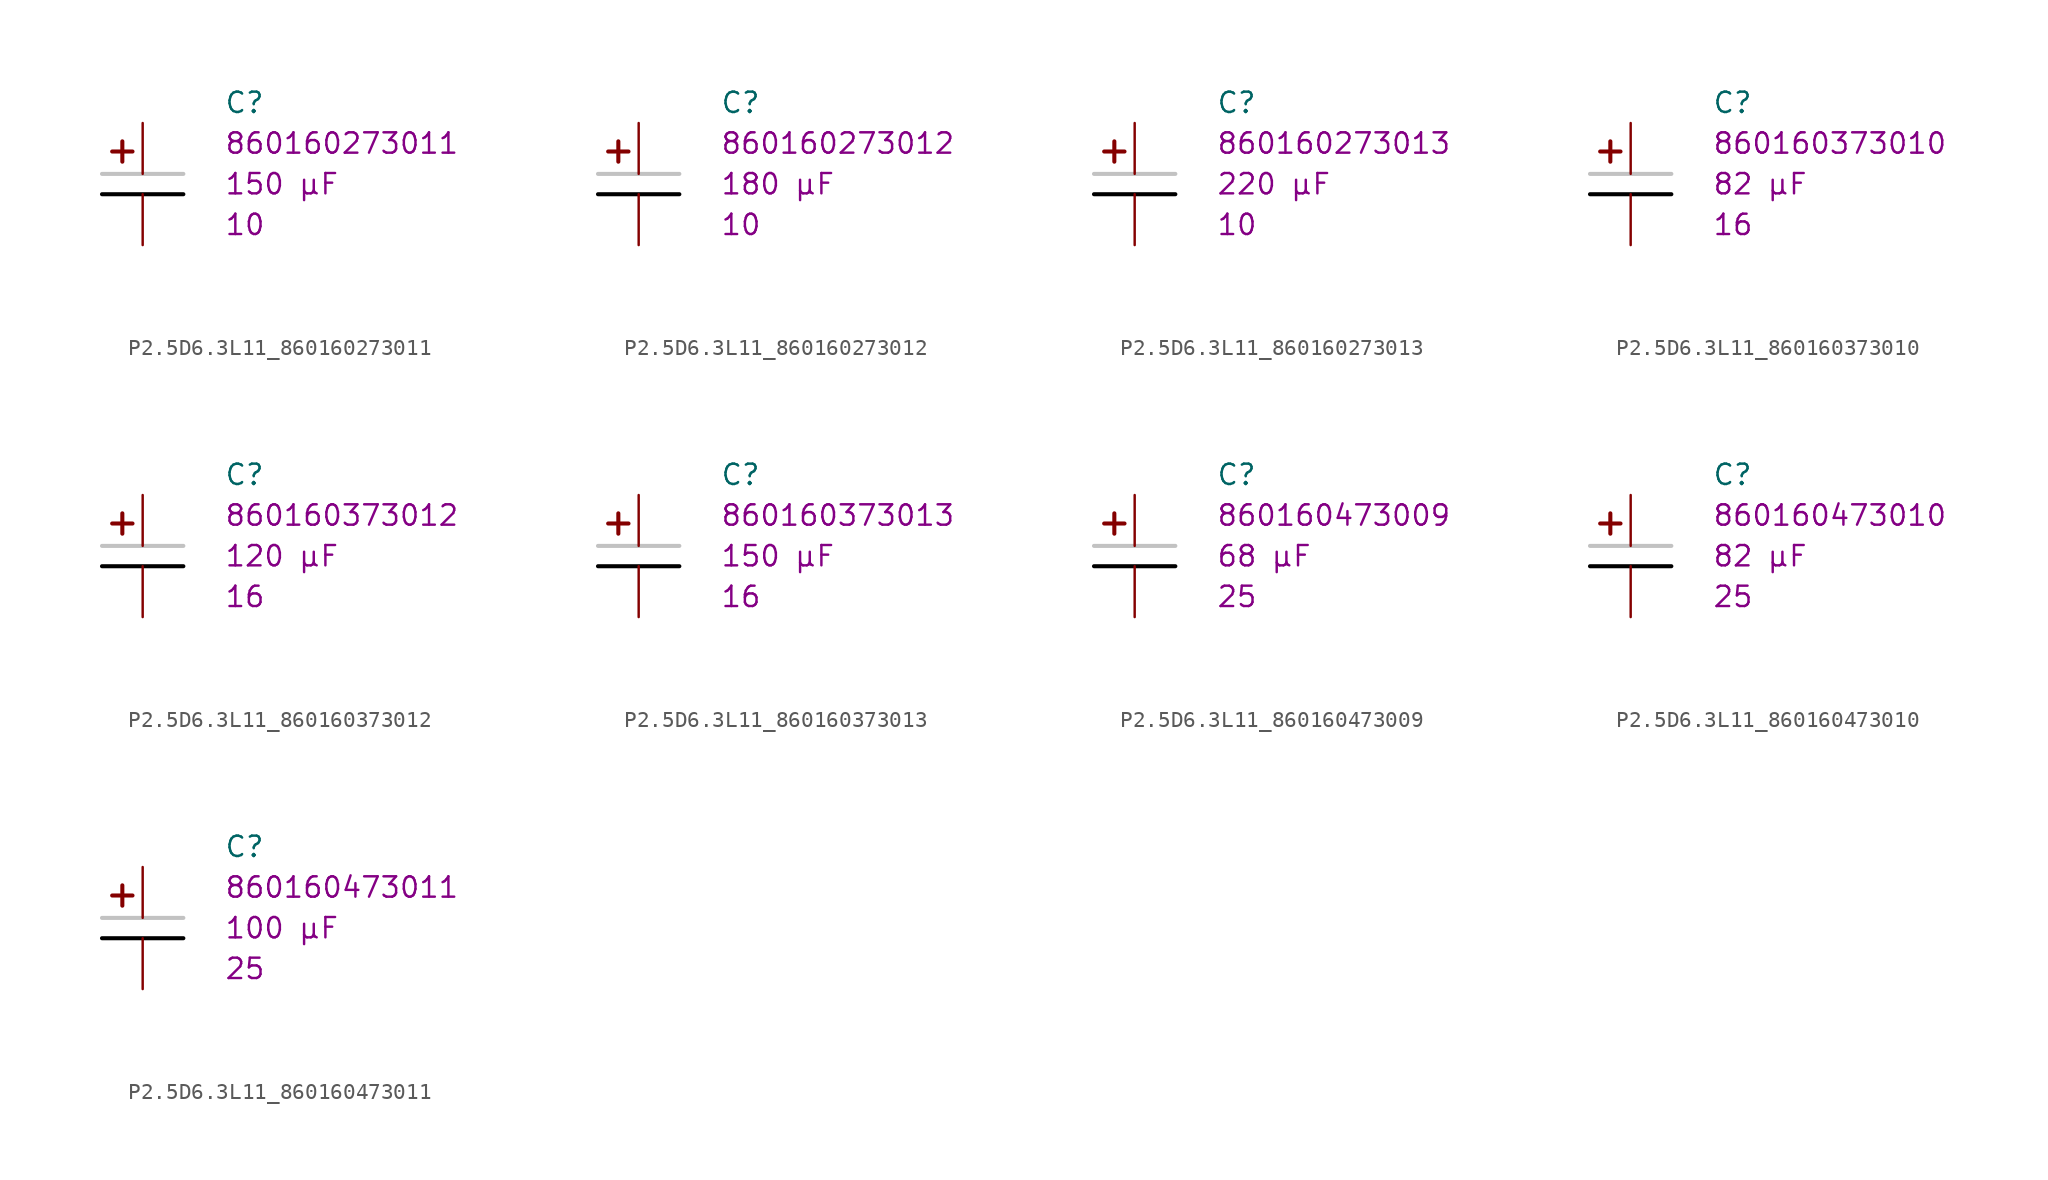
<source format=kicad_sym>
(kicad_symbol_lib
  (version 20220914)
  (generator kicad_symbol_editor)
  (symbol "P2.5D6.3L11_860160273011"
    (pin_numbers hide)
    (pin_names hide)
    (property "Reference" "C"
      (at 5.08 5.08 0)
      (effects (font (size 1.27 1.27)) (justify left)))
    (property "Part Number" "860160273011"
      (at 5.08 2.54 0)
      (effects (font (size 1.27 1.27)) (justify left)))
    (property "Capacitance" "150 µF"
      (at 5.08 0 0)
      (effects (font (size 1.27 1.27)) (justify left)))
    (property "Voltage" "10"
      (at 5.08 -2.54 0)
      (effects (font (size 1.27 1.27)) (justify left)))
    (property "Critical Parameter" ""
      (at 0 -7.62 0)
      (effects (font (size 1.27 1.27))))
    (symbol "P2.5D6.3L11_860160273011_1_1"
      (polyline (pts (xy -1.27 2.667) (xy -1.27 1.397)) (stroke (width 0.254) (type default)) (fill (type none)))
      (polyline (pts (xy -0.635 2.032) (xy -1.905 2.032)) (stroke (width 0.254) (type default)) (fill (type none)))
      (polyline (pts (xy 2.54 -0.635) (xy -2.54 -0.635)) (stroke (width 0.254) (type default) (color 0 0 0 1)) (fill (type none)))
      (polyline (pts (xy 2.54 0.635) (xy -2.54 0.635)) (stroke (width 0.254) (type default) (color 194 194 194 1)) (fill (type none)))
      (pin passive line (at 0 3.81 270) (length 3.175) (name "1" (effects (font (size 1.27 1.27)))) (number "1" (effects (font (size 1.27 1.27)))))
      (pin passive line (at 0 -3.81 90) (length 3.175) (name "2" (effects (font (size 1.27 1.27)))) (number "2" (effects (font (size 1.27 1.27)))))))
  (symbol "P2.5D6.3L11_860160273012"
    (pin_numbers hide)
    (pin_names hide)
    (property "Reference" "C"
      (at 5.08 5.08 0)
      (effects (font (size 1.27 1.27)) (justify left)))
    (property "Part Number" "860160273012"
      (at 5.08 2.54 0)
      (effects (font (size 1.27 1.27)) (justify left)))
    (property "Capacitance" "180 µF"
      (at 5.08 0 0)
      (effects (font (size 1.27 1.27)) (justify left)))
    (property "Voltage" "10"
      (at 5.08 -2.54 0)
      (effects (font (size 1.27 1.27)) (justify left)))
    (property "Critical Parameter" ""
      (at 0 -7.62 0)
      (effects (font (size 1.27 1.27))))
    (symbol "P2.5D6.3L11_860160273012_1_1"
      (polyline (pts (xy -1.27 2.667) (xy -1.27 1.397)) (stroke (width 0.254) (type default)) (fill (type none)))
      (polyline (pts (xy -0.635 2.032) (xy -1.905 2.032)) (stroke (width 0.254) (type default)) (fill (type none)))
      (polyline (pts (xy 2.54 -0.635) (xy -2.54 -0.635)) (stroke (width 0.254) (type default) (color 0 0 0 1)) (fill (type none)))
      (polyline (pts (xy 2.54 0.635) (xy -2.54 0.635)) (stroke (width 0.254) (type default) (color 194 194 194 1)) (fill (type none)))
      (pin passive line (at 0 3.81 270) (length 3.175) (name "1" (effects (font (size 1.27 1.27)))) (number "1" (effects (font (size 1.27 1.27)))))
      (pin passive line (at 0 -3.81 90) (length 3.175) (name "2" (effects (font (size 1.27 1.27)))) (number "2" (effects (font (size 1.27 1.27)))))))
  (symbol "P2.5D6.3L11_860160273013"
    (pin_numbers hide)
    (pin_names hide)
    (property "Reference" "C"
      (at 5.08 5.08 0)
      (effects (font (size 1.27 1.27)) (justify left)))
    (property "Part Number" "860160273013"
      (at 5.08 2.54 0)
      (effects (font (size 1.27 1.27)) (justify left)))
    (property "Capacitance" "220 µF"
      (at 5.08 0 0)
      (effects (font (size 1.27 1.27)) (justify left)))
    (property "Voltage" "10"
      (at 5.08 -2.54 0)
      (effects (font (size 1.27 1.27)) (justify left)))
    (property "Critical Parameter" ""
      (at 0 -7.62 0)
      (effects (font (size 1.27 1.27))))
    (symbol "P2.5D6.3L11_860160273013_1_1"
      (polyline (pts (xy -1.27 2.667) (xy -1.27 1.397)) (stroke (width 0.254) (type default)) (fill (type none)))
      (polyline (pts (xy -0.635 2.032) (xy -1.905 2.032)) (stroke (width 0.254) (type default)) (fill (type none)))
      (polyline (pts (xy 2.54 -0.635) (xy -2.54 -0.635)) (stroke (width 0.254) (type default) (color 0 0 0 1)) (fill (type none)))
      (polyline (pts (xy 2.54 0.635) (xy -2.54 0.635)) (stroke (width 0.254) (type default) (color 194 194 194 1)) (fill (type none)))
      (pin passive line (at 0 3.81 270) (length 3.175) (name "1" (effects (font (size 1.27 1.27)))) (number "1" (effects (font (size 1.27 1.27)))))
      (pin passive line (at 0 -3.81 90) (length 3.175) (name "2" (effects (font (size 1.27 1.27)))) (number "2" (effects (font (size 1.27 1.27)))))))
  (symbol "P2.5D6.3L11_860160373010"
    (pin_numbers hide)
    (pin_names hide)
    (property "Reference" "C"
      (at 5.08 5.08 0)
      (effects (font (size 1.27 1.27)) (justify left)))
    (property "Part Number" "860160373010"
      (at 5.08 2.54 0)
      (effects (font (size 1.27 1.27)) (justify left)))
    (property "Capacitance" "82 µF"
      (at 5.08 0 0)
      (effects (font (size 1.27 1.27)) (justify left)))
    (property "Voltage" "16"
      (at 5.08 -2.54 0)
      (effects (font (size 1.27 1.27)) (justify left)))
    (property "Critical Parameter" ""
      (at 0 -7.62 0)
      (effects (font (size 1.27 1.27))))
    (symbol "P2.5D6.3L11_860160373010_1_1"
      (polyline (pts (xy -1.27 2.667) (xy -1.27 1.397)) (stroke (width 0.254) (type default)) (fill (type none)))
      (polyline (pts (xy -0.635 2.032) (xy -1.905 2.032)) (stroke (width 0.254) (type default)) (fill (type none)))
      (polyline (pts (xy 2.54 -0.635) (xy -2.54 -0.635)) (stroke (width 0.254) (type default) (color 0 0 0 1)) (fill (type none)))
      (polyline (pts (xy 2.54 0.635) (xy -2.54 0.635)) (stroke (width 0.254) (type default) (color 194 194 194 1)) (fill (type none)))
      (pin passive line (at 0 3.81 270) (length 3.175) (name "1" (effects (font (size 1.27 1.27)))) (number "1" (effects (font (size 1.27 1.27)))))
      (pin passive line (at 0 -3.81 90) (length 3.175) (name "2" (effects (font (size 1.27 1.27)))) (number "2" (effects (font (size 1.27 1.27)))))))
  (symbol "P2.5D6.3L11_860160373012"
    (pin_numbers hide)
    (pin_names hide)
    (property "Reference" "C"
      (at 5.08 5.08 0)
      (effects (font (size 1.27 1.27)) (justify left)))
    (property "Part Number" "860160373012"
      (at 5.08 2.54 0)
      (effects (font (size 1.27 1.27)) (justify left)))
    (property "Capacitance" "120 µF"
      (at 5.08 0 0)
      (effects (font (size 1.27 1.27)) (justify left)))
    (property "Voltage" "16"
      (at 5.08 -2.54 0)
      (effects (font (size 1.27 1.27)) (justify left)))
    (property "Critical Parameter" ""
      (at 0 -7.62 0)
      (effects (font (size 1.27 1.27))))
    (symbol "P2.5D6.3L11_860160373012_1_1"
      (polyline (pts (xy -1.27 2.667) (xy -1.27 1.397)) (stroke (width 0.254) (type default)) (fill (type none)))
      (polyline (pts (xy -0.635 2.032) (xy -1.905 2.032)) (stroke (width 0.254) (type default)) (fill (type none)))
      (polyline (pts (xy 2.54 -0.635) (xy -2.54 -0.635)) (stroke (width 0.254) (type default) (color 0 0 0 1)) (fill (type none)))
      (polyline (pts (xy 2.54 0.635) (xy -2.54 0.635)) (stroke (width 0.254) (type default) (color 194 194 194 1)) (fill (type none)))
      (pin passive line (at 0 3.81 270) (length 3.175) (name "1" (effects (font (size 1.27 1.27)))) (number "1" (effects (font (size 1.27 1.27)))))
      (pin passive line (at 0 -3.81 90) (length 3.175) (name "2" (effects (font (size 1.27 1.27)))) (number "2" (effects (font (size 1.27 1.27)))))))
  (symbol "P2.5D6.3L11_860160373013"
    (pin_numbers hide)
    (pin_names hide)
    (property "Reference" "C"
      (at 5.08 5.08 0)
      (effects (font (size 1.27 1.27)) (justify left)))
    (property "Part Number" "860160373013"
      (at 5.08 2.54 0)
      (effects (font (size 1.27 1.27)) (justify left)))
    (property "Capacitance" "150 µF"
      (at 5.08 0 0)
      (effects (font (size 1.27 1.27)) (justify left)))
    (property "Voltage" "16"
      (at 5.08 -2.54 0)
      (effects (font (size 1.27 1.27)) (justify left)))
    (property "Critical Parameter" ""
      (at 0 -7.62 0)
      (effects (font (size 1.27 1.27))))
    (symbol "P2.5D6.3L11_860160373013_1_1"
      (polyline (pts (xy -1.27 2.667) (xy -1.27 1.397)) (stroke (width 0.254) (type default)) (fill (type none)))
      (polyline (pts (xy -0.635 2.032) (xy -1.905 2.032)) (stroke (width 0.254) (type default)) (fill (type none)))
      (polyline (pts (xy 2.54 -0.635) (xy -2.54 -0.635)) (stroke (width 0.254) (type default) (color 0 0 0 1)) (fill (type none)))
      (polyline (pts (xy 2.54 0.635) (xy -2.54 0.635)) (stroke (width 0.254) (type default) (color 194 194 194 1)) (fill (type none)))
      (pin passive line (at 0 3.81 270) (length 3.175) (name "1" (effects (font (size 1.27 1.27)))) (number "1" (effects (font (size 1.27 1.27)))))
      (pin passive line (at 0 -3.81 90) (length 3.175) (name "2" (effects (font (size 1.27 1.27)))) (number "2" (effects (font (size 1.27 1.27)))))))
  (symbol "P2.5D6.3L11_860160473009"
    (pin_numbers hide)
    (pin_names hide)
    (property "Reference" "C"
      (at 5.08 5.08 0)
      (effects (font (size 1.27 1.27)) (justify left)))
    (property "Part Number" "860160473009"
      (at 5.08 2.54 0)
      (effects (font (size 1.27 1.27)) (justify left)))
    (property "Capacitance" "68 µF"
      (at 5.08 0 0)
      (effects (font (size 1.27 1.27)) (justify left)))
    (property "Voltage" "25"
      (at 5.08 -2.54 0)
      (effects (font (size 1.27 1.27)) (justify left)))
    (property "Critical Parameter" ""
      (at 0 -7.62 0)
      (effects (font (size 1.27 1.27))))
    (symbol "P2.5D6.3L11_860160473009_1_1"
      (polyline (pts (xy -1.27 2.667) (xy -1.27 1.397)) (stroke (width 0.254) (type default)) (fill (type none)))
      (polyline (pts (xy -0.635 2.032) (xy -1.905 2.032)) (stroke (width 0.254) (type default)) (fill (type none)))
      (polyline (pts (xy 2.54 -0.635) (xy -2.54 -0.635)) (stroke (width 0.254) (type default) (color 0 0 0 1)) (fill (type none)))
      (polyline (pts (xy 2.54 0.635) (xy -2.54 0.635)) (stroke (width 0.254) (type default) (color 194 194 194 1)) (fill (type none)))
      (pin passive line (at 0 3.81 270) (length 3.175) (name "1" (effects (font (size 1.27 1.27)))) (number "1" (effects (font (size 1.27 1.27)))))
      (pin passive line (at 0 -3.81 90) (length 3.175) (name "2" (effects (font (size 1.27 1.27)))) (number "2" (effects (font (size 1.27 1.27)))))))
  (symbol "P2.5D6.3L11_860160473010"
    (pin_numbers hide)
    (pin_names hide)
    (property "Reference" "C"
      (at 5.08 5.08 0)
      (effects (font (size 1.27 1.27)) (justify left)))
    (property "Part Number" "860160473010"
      (at 5.08 2.54 0)
      (effects (font (size 1.27 1.27)) (justify left)))
    (property "Capacitance" "82 µF"
      (at 5.08 0 0)
      (effects (font (size 1.27 1.27)) (justify left)))
    (property "Voltage" "25"
      (at 5.08 -2.54 0)
      (effects (font (size 1.27 1.27)) (justify left)))
    (property "Critical Parameter" ""
      (at 0 -7.62 0)
      (effects (font (size 1.27 1.27))))
    (symbol "P2.5D6.3L11_860160473010_1_1"
      (polyline (pts (xy -1.27 2.667) (xy -1.27 1.397)) (stroke (width 0.254) (type default)) (fill (type none)))
      (polyline (pts (xy -0.635 2.032) (xy -1.905 2.032)) (stroke (width 0.254) (type default)) (fill (type none)))
      (polyline (pts (xy 2.54 -0.635) (xy -2.54 -0.635)) (stroke (width 0.254) (type default) (color 0 0 0 1)) (fill (type none)))
      (polyline (pts (xy 2.54 0.635) (xy -2.54 0.635)) (stroke (width 0.254) (type default) (color 194 194 194 1)) (fill (type none)))
      (pin passive line (at 0 3.81 270) (length 3.175) (name "1" (effects (font (size 1.27 1.27)))) (number "1" (effects (font (size 1.27 1.27)))))
      (pin passive line (at 0 -3.81 90) (length 3.175) (name "2" (effects (font (size 1.27 1.27)))) (number "2" (effects (font (size 1.27 1.27)))))))
  (symbol "P2.5D6.3L11_860160473011"
    (pin_numbers hide)
    (pin_names hide)
    (property "Reference" "C"
      (at 5.08 5.08 0)
      (effects (font (size 1.27 1.27)) (justify left)))
    (property "Part Number" "860160473011"
      (at 5.08 2.54 0)
      (effects (font (size 1.27 1.27)) (justify left)))
    (property "Capacitance" "100 µF"
      (at 5.08 0 0)
      (effects (font (size 1.27 1.27)) (justify left)))
    (property "Voltage" "25"
      (at 5.08 -2.54 0)
      (effects (font (size 1.27 1.27)) (justify left)))
    (property "Critical Parameter" ""
      (at 0 -7.62 0)
      (effects (font (size 1.27 1.27))))
    (symbol "P2.5D6.3L11_860160473011_1_1"
      (polyline (pts (xy -1.27 2.667) (xy -1.27 1.397)) (stroke (width 0.254) (type default)) (fill (type none)))
      (polyline (pts (xy -0.635 2.032) (xy -1.905 2.032)) (stroke (width 0.254) (type default)) (fill (type none)))
      (polyline (pts (xy 2.54 -0.635) (xy -2.54 -0.635)) (stroke (width 0.254) (type default) (color 0 0 0 1)) (fill (type none)))
      (polyline (pts (xy 2.54 0.635) (xy -2.54 0.635)) (stroke (width 0.254) (type default) (color 194 194 194 1)) (fill (type none)))
      (pin passive line (at 0 3.81 270) (length 3.175) (name "1" (effects (font (size 1.27 1.27)))) (number "1" (effects (font (size 1.27 1.27)))))
      (pin passive line (at 0 -3.81 90) (length 3.175) (name "2" (effects (font (size 1.27 1.27)))) (number "2" (effects (font (size 1.27 1.27))))))))
</source>
